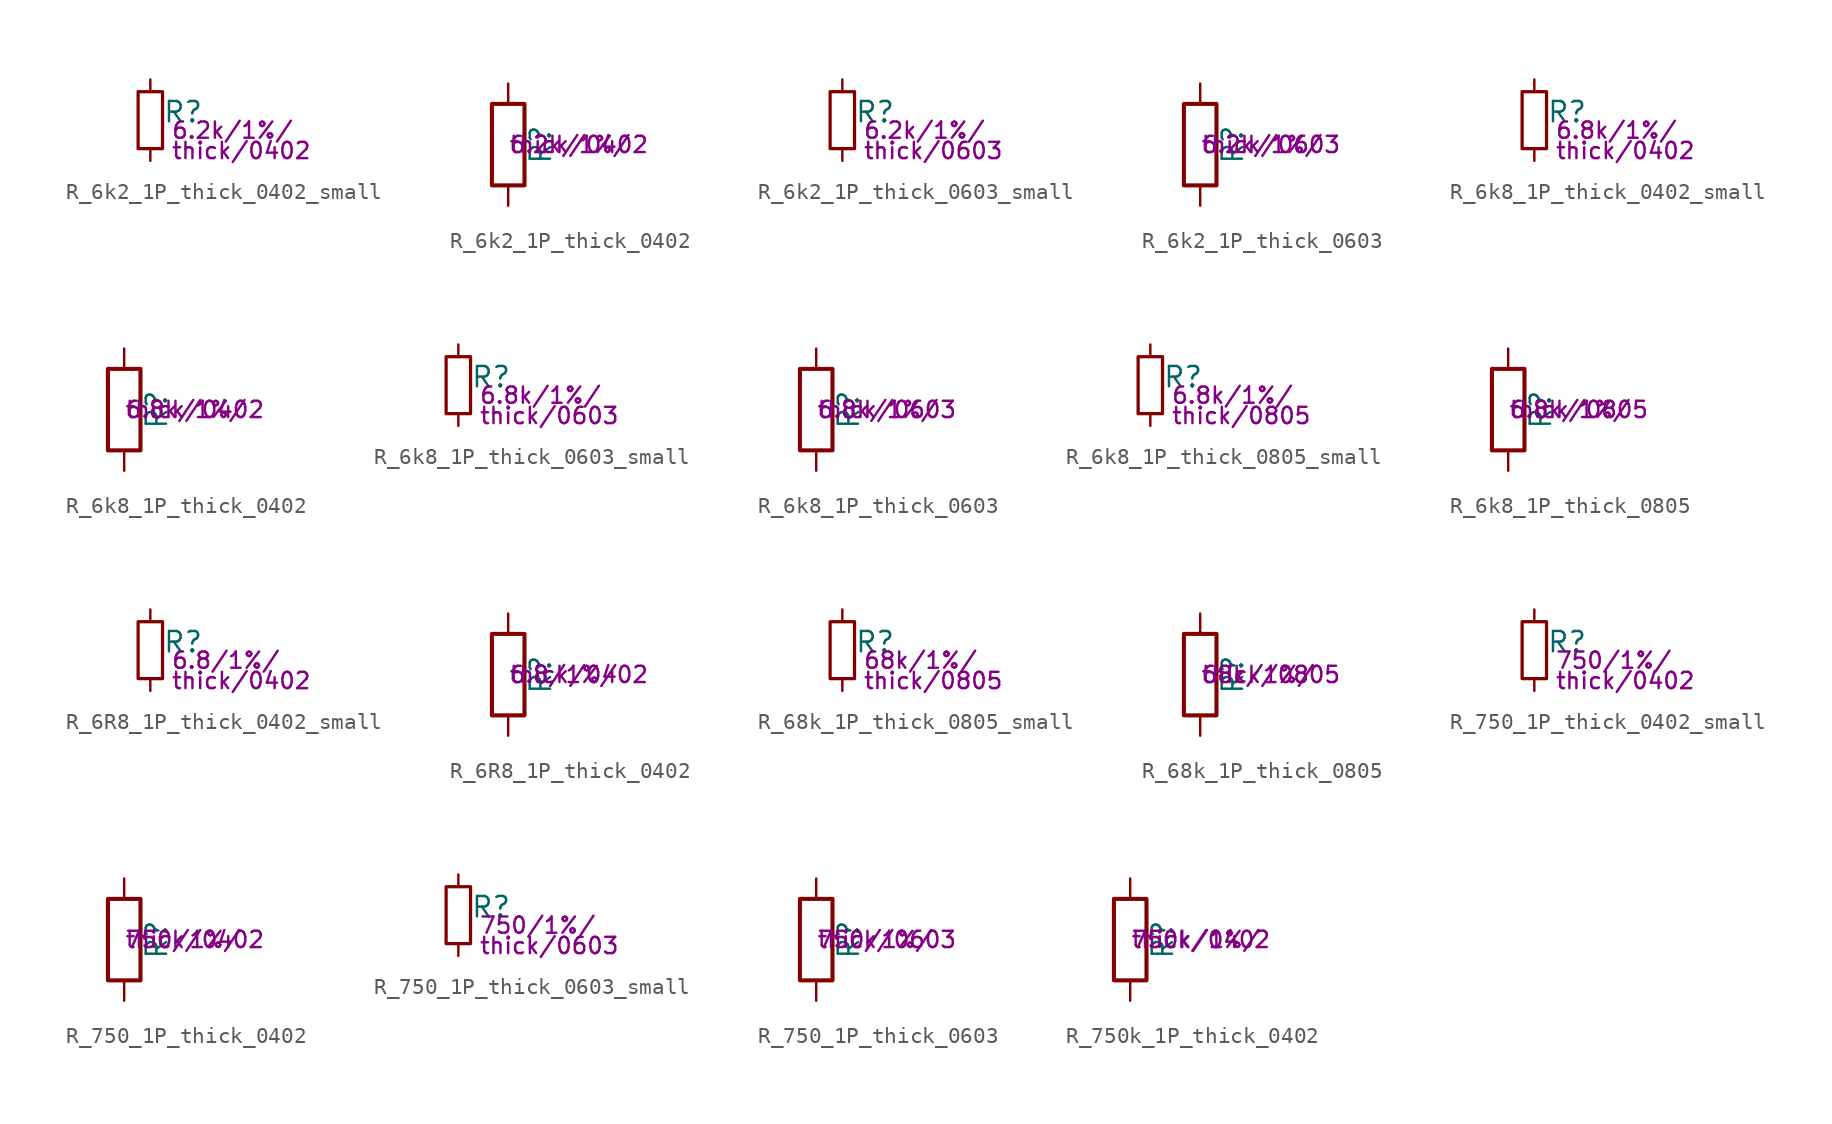
<source format=kicad_sym>
(kicad_symbol_lib
  (version 20211014)
  (generator kicad_symbol_editor)
  (symbol "R_6k2_1P_thick_0402_small"
    (pin_numbers hide)
    (pin_names
      (offset 0.254) hide)
    (property "Reference" "R"
      (at 0.762 0.508 0)
      (effects (font (size 1.27 1.27)) (justify left)))
    (property "Params" "6.2k/1%/"
      (at 1.27 -0.635 0)
      (effects (font (size 1.016 1.016)) (justify left)))
    (property "Params2" "thick/0402"
      (at 1.27 -1.905 0)
      (effects (font (size 1.016 1.016)) (justify left)))
    (symbol "R_6k2_1P_thick_0402_small_0_1"
      (rectangle (start -0.762 1.778) (end 0.762 -1.778) (stroke (width 0.203) (type default) (color 0 0 0 0)) (fill (type none))))
    (symbol "R_6k2_1P_thick_0402_small_1_1"
      (pin passive line (at 0 2.54 270) (length 0.762) (name "~" (effects (font (size 1.27 1.27)))) (number "1" (effects (font (size 1.27 1.27)))))
      (pin passive line (at 0 -2.54 90) (length 0.762) (name "~" (effects (font (size 1.27 1.27)))) (number "2" (effects (font (size 1.27 1.27)))))))
  (symbol "R_6k2_1P_thick_0402"
    (pin_numbers hide)
    (pin_names
      (offset 0))
    (property "Reference" "R"
      (at 2.032 0 90)
      (effects (font (size 1.27 1.27))))
    (property "Params" "6.2k/1%/"
      (at 0 0 0)
      (effects (font (size 1.016 1.016)) (justify left)))
    (property "Params2" "thick/0402"
      (at 0 0 0)
      (effects (font (size 1.016 1.016)) (justify left)))
    (symbol "R_6k2_1P_thick_0402_0_1"
      (rectangle (start -1.016 -2.54) (end 1.016 2.54) (stroke (width 0.254) (type default) (color 0 0 0 0)) (fill (type none))))
    (symbol "R_6k2_1P_thick_0402_1_1"
      (pin passive line (at 0 3.81 270) (length 1.27) (name "~" (effects (font (size 1.27 1.27)))) (number "1" (effects (font (size 1.27 1.27)))))
      (pin passive line (at 0 -3.81 90) (length 1.27) (name "~" (effects (font (size 1.27 1.27)))) (number "2" (effects (font (size 1.27 1.27)))))))
  (symbol "R_6k2_1P_thick_0603_small"
    (pin_numbers hide)
    (pin_names
      (offset 0.254) hide)
    (property "Reference" "R"
      (at 0.762 0.508 0)
      (effects (font (size 1.27 1.27)) (justify left)))
    (property "Params" "6.2k/1%/"
      (at 1.27 -0.635 0)
      (effects (font (size 1.016 1.016)) (justify left)))
    (property "Params2" "thick/0603"
      (at 1.27 -1.905 0)
      (effects (font (size 1.016 1.016)) (justify left)))
    (symbol "R_6k2_1P_thick_0603_small_0_1"
      (rectangle (start -0.762 1.778) (end 0.762 -1.778) (stroke (width 0.203) (type default) (color 0 0 0 0)) (fill (type none))))
    (symbol "R_6k2_1P_thick_0603_small_1_1"
      (pin passive line (at 0 2.54 270) (length 0.762) (name "~" (effects (font (size 1.27 1.27)))) (number "1" (effects (font (size 1.27 1.27)))))
      (pin passive line (at 0 -2.54 90) (length 0.762) (name "~" (effects (font (size 1.27 1.27)))) (number "2" (effects (font (size 1.27 1.27)))))))
  (symbol "R_6k2_1P_thick_0603"
    (pin_numbers hide)
    (pin_names
      (offset 0))
    (property "Reference" "R"
      (at 2.032 0 90)
      (effects (font (size 1.27 1.27))))
    (property "Params" "6.2k/1%/"
      (at 0 0 0)
      (effects (font (size 1.016 1.016)) (justify left)))
    (property "Params2" "thick/0603"
      (at 0 0 0)
      (effects (font (size 1.016 1.016)) (justify left)))
    (symbol "R_6k2_1P_thick_0603_0_1"
      (rectangle (start -1.016 -2.54) (end 1.016 2.54) (stroke (width 0.254) (type default) (color 0 0 0 0)) (fill (type none))))
    (symbol "R_6k2_1P_thick_0603_1_1"
      (pin passive line (at 0 3.81 270) (length 1.27) (name "~" (effects (font (size 1.27 1.27)))) (number "1" (effects (font (size 1.27 1.27)))))
      (pin passive line (at 0 -3.81 90) (length 1.27) (name "~" (effects (font (size 1.27 1.27)))) (number "2" (effects (font (size 1.27 1.27)))))))
  (symbol "R_6k8_1P_thick_0402_small"
    (pin_numbers hide)
    (pin_names
      (offset 0.254) hide)
    (property "Reference" "R"
      (at 0.762 0.508 0)
      (effects (font (size 1.27 1.27)) (justify left)))
    (property "Params" "6.8k/1%/"
      (at 1.27 -0.635 0)
      (effects (font (size 1.016 1.016)) (justify left)))
    (property "Params2" "thick/0402"
      (at 1.27 -1.905 0)
      (effects (font (size 1.016 1.016)) (justify left)))
    (symbol "R_6k8_1P_thick_0402_small_0_1"
      (rectangle (start -0.762 1.778) (end 0.762 -1.778) (stroke (width 0.203) (type default) (color 0 0 0 0)) (fill (type none))))
    (symbol "R_6k8_1P_thick_0402_small_1_1"
      (pin passive line (at 0 2.54 270) (length 0.762) (name "~" (effects (font (size 1.27 1.27)))) (number "1" (effects (font (size 1.27 1.27)))))
      (pin passive line (at 0 -2.54 90) (length 0.762) (name "~" (effects (font (size 1.27 1.27)))) (number "2" (effects (font (size 1.27 1.27)))))))
  (symbol "R_6k8_1P_thick_0402"
    (pin_numbers hide)
    (pin_names
      (offset 0))
    (property "Reference" "R"
      (at 2.032 0 90)
      (effects (font (size 1.27 1.27))))
    (property "Params" "6.8k/1%/"
      (at 0 0 0)
      (effects (font (size 1.016 1.016)) (justify left)))
    (property "Params2" "thick/0402"
      (at 0 0 0)
      (effects (font (size 1.016 1.016)) (justify left)))
    (symbol "R_6k8_1P_thick_0402_0_1"
      (rectangle (start -1.016 -2.54) (end 1.016 2.54) (stroke (width 0.254) (type default) (color 0 0 0 0)) (fill (type none))))
    (symbol "R_6k8_1P_thick_0402_1_1"
      (pin passive line (at 0 3.81 270) (length 1.27) (name "~" (effects (font (size 1.27 1.27)))) (number "1" (effects (font (size 1.27 1.27)))))
      (pin passive line (at 0 -3.81 90) (length 1.27) (name "~" (effects (font (size 1.27 1.27)))) (number "2" (effects (font (size 1.27 1.27)))))))
  (symbol "R_6k8_1P_thick_0603_small"
    (pin_numbers hide)
    (pin_names
      (offset 0.254) hide)
    (property "Reference" "R"
      (at 0.762 0.508 0)
      (effects (font (size 1.27 1.27)) (justify left)))
    (property "Params" "6.8k/1%/"
      (at 1.27 -0.635 0)
      (effects (font (size 1.016 1.016)) (justify left)))
    (property "Params2" "thick/0603"
      (at 1.27 -1.905 0)
      (effects (font (size 1.016 1.016)) (justify left)))
    (symbol "R_6k8_1P_thick_0603_small_0_1"
      (rectangle (start -0.762 1.778) (end 0.762 -1.778) (stroke (width 0.203) (type default) (color 0 0 0 0)) (fill (type none))))
    (symbol "R_6k8_1P_thick_0603_small_1_1"
      (pin passive line (at 0 2.54 270) (length 0.762) (name "~" (effects (font (size 1.27 1.27)))) (number "1" (effects (font (size 1.27 1.27)))))
      (pin passive line (at 0 -2.54 90) (length 0.762) (name "~" (effects (font (size 1.27 1.27)))) (number "2" (effects (font (size 1.27 1.27)))))))
  (symbol "R_6k8_1P_thick_0603"
    (pin_numbers hide)
    (pin_names
      (offset 0))
    (property "Reference" "R"
      (at 2.032 0 90)
      (effects (font (size 1.27 1.27))))
    (property "Params" "6.8k/1%/"
      (at 0 0 0)
      (effects (font (size 1.016 1.016)) (justify left)))
    (property "Params2" "thick/0603"
      (at 0 0 0)
      (effects (font (size 1.016 1.016)) (justify left)))
    (symbol "R_6k8_1P_thick_0603_0_1"
      (rectangle (start -1.016 -2.54) (end 1.016 2.54) (stroke (width 0.254) (type default) (color 0 0 0 0)) (fill (type none))))
    (symbol "R_6k8_1P_thick_0603_1_1"
      (pin passive line (at 0 3.81 270) (length 1.27) (name "~" (effects (font (size 1.27 1.27)))) (number "1" (effects (font (size 1.27 1.27)))))
      (pin passive line (at 0 -3.81 90) (length 1.27) (name "~" (effects (font (size 1.27 1.27)))) (number "2" (effects (font (size 1.27 1.27)))))))
  (symbol "R_6k8_1P_thick_0805_small"
    (pin_numbers hide)
    (pin_names
      (offset 0.254) hide)
    (property "Reference" "R"
      (at 0.762 0.508 0)
      (effects (font (size 1.27 1.27)) (justify left)))
    (property "Params" "6.8k/1%/"
      (at 1.27 -0.635 0)
      (effects (font (size 1.016 1.016)) (justify left)))
    (property "Params2" "thick/0805"
      (at 1.27 -1.905 0)
      (effects (font (size 1.016 1.016)) (justify left)))
    (symbol "R_6k8_1P_thick_0805_small_0_1"
      (rectangle (start -0.762 1.778) (end 0.762 -1.778) (stroke (width 0.203) (type default) (color 0 0 0 0)) (fill (type none))))
    (symbol "R_6k8_1P_thick_0805_small_1_1"
      (pin passive line (at 0 2.54 270) (length 0.762) (name "~" (effects (font (size 1.27 1.27)))) (number "1" (effects (font (size 1.27 1.27)))))
      (pin passive line (at 0 -2.54 90) (length 0.762) (name "~" (effects (font (size 1.27 1.27)))) (number "2" (effects (font (size 1.27 1.27)))))))
  (symbol "R_6k8_1P_thick_0805"
    (pin_numbers hide)
    (pin_names
      (offset 0))
    (property "Reference" "R"
      (at 2.032 0 90)
      (effects (font (size 1.27 1.27))))
    (property "Params" "6.8k/1%/"
      (at 0 0 0)
      (effects (font (size 1.016 1.016)) (justify left)))
    (property "Params2" "thick/0805"
      (at 0 0 0)
      (effects (font (size 1.016 1.016)) (justify left)))
    (symbol "R_6k8_1P_thick_0805_0_1"
      (rectangle (start -1.016 -2.54) (end 1.016 2.54) (stroke (width 0.254) (type default) (color 0 0 0 0)) (fill (type none))))
    (symbol "R_6k8_1P_thick_0805_1_1"
      (pin passive line (at 0 3.81 270) (length 1.27) (name "~" (effects (font (size 1.27 1.27)))) (number "1" (effects (font (size 1.27 1.27)))))
      (pin passive line (at 0 -3.81 90) (length 1.27) (name "~" (effects (font (size 1.27 1.27)))) (number "2" (effects (font (size 1.27 1.27)))))))
  (symbol "R_6R8_1P_thick_0402_small"
    (pin_numbers hide)
    (pin_names
      (offset 0.254) hide)
    (property "Reference" "R"
      (at 0.762 0.508 0)
      (effects (font (size 1.27 1.27)) (justify left)))
    (property "Params" "6.8/1%/"
      (at 1.27 -0.635 0)
      (effects (font (size 1.016 1.016)) (justify left)))
    (property "Params2" "thick/0402"
      (at 1.27 -1.905 0)
      (effects (font (size 1.016 1.016)) (justify left)))
    (symbol "R_6R8_1P_thick_0402_small_0_1"
      (rectangle (start -0.762 1.778) (end 0.762 -1.778) (stroke (width 0.203) (type default) (color 0 0 0 0)) (fill (type none))))
    (symbol "R_6R8_1P_thick_0402_small_1_1"
      (pin passive line (at 0 2.54 270) (length 0.762) (name "~" (effects (font (size 1.27 1.27)))) (number "1" (effects (font (size 1.27 1.27)))))
      (pin passive line (at 0 -2.54 90) (length 0.762) (name "~" (effects (font (size 1.27 1.27)))) (number "2" (effects (font (size 1.27 1.27)))))))
  (symbol "R_6R8_1P_thick_0402"
    (pin_numbers hide)
    (pin_names
      (offset 0))
    (property "Reference" "R"
      (at 2.032 0 90)
      (effects (font (size 1.27 1.27))))
    (property "Params" "6.8/1%/"
      (at 0 0 0)
      (effects (font (size 1.016 1.016)) (justify left)))
    (property "Params2" "thick/0402"
      (at 0 0 0)
      (effects (font (size 1.016 1.016)) (justify left)))
    (symbol "R_6R8_1P_thick_0402_0_1"
      (rectangle (start -1.016 -2.54) (end 1.016 2.54) (stroke (width 0.254) (type default) (color 0 0 0 0)) (fill (type none))))
    (symbol "R_6R8_1P_thick_0402_1_1"
      (pin passive line (at 0 3.81 270) (length 1.27) (name "~" (effects (font (size 1.27 1.27)))) (number "1" (effects (font (size 1.27 1.27)))))
      (pin passive line (at 0 -3.81 90) (length 1.27) (name "~" (effects (font (size 1.27 1.27)))) (number "2" (effects (font (size 1.27 1.27)))))))
  (symbol "R_68k_1P_thick_0805_small"
    (pin_numbers hide)
    (pin_names
      (offset 0.254) hide)
    (property "Reference" "R"
      (at 0.762 0.508 0)
      (effects (font (size 1.27 1.27)) (justify left)))
    (property "Params" "68k/1%/"
      (at 1.27 -0.635 0)
      (effects (font (size 1.016 1.016)) (justify left)))
    (property "Params2" "thick/0805"
      (at 1.27 -1.905 0)
      (effects (font (size 1.016 1.016)) (justify left)))
    (symbol "R_68k_1P_thick_0805_small_0_1"
      (rectangle (start -0.762 1.778) (end 0.762 -1.778) (stroke (width 0.203) (type default) (color 0 0 0 0)) (fill (type none))))
    (symbol "R_68k_1P_thick_0805_small_1_1"
      (pin passive line (at 0 2.54 270) (length 0.762) (name "~" (effects (font (size 1.27 1.27)))) (number "1" (effects (font (size 1.27 1.27)))))
      (pin passive line (at 0 -2.54 90) (length 0.762) (name "~" (effects (font (size 1.27 1.27)))) (number "2" (effects (font (size 1.27 1.27)))))))
  (symbol "R_68k_1P_thick_0805"
    (pin_numbers hide)
    (pin_names
      (offset 0))
    (property "Reference" "R"
      (at 2.032 0 90)
      (effects (font (size 1.27 1.27))))
    (property "Params" "68k/1%/"
      (at 0 0 0)
      (effects (font (size 1.016 1.016)) (justify left)))
    (property "Params2" "thick/0805"
      (at 0 0 0)
      (effects (font (size 1.016 1.016)) (justify left)))
    (symbol "R_68k_1P_thick_0805_0_1"
      (rectangle (start -1.016 -2.54) (end 1.016 2.54) (stroke (width 0.254) (type default) (color 0 0 0 0)) (fill (type none))))
    (symbol "R_68k_1P_thick_0805_1_1"
      (pin passive line (at 0 3.81 270) (length 1.27) (name "~" (effects (font (size 1.27 1.27)))) (number "1" (effects (font (size 1.27 1.27)))))
      (pin passive line (at 0 -3.81 90) (length 1.27) (name "~" (effects (font (size 1.27 1.27)))) (number "2" (effects (font (size 1.27 1.27)))))))
  (symbol "R_750_1P_thick_0402_small"
    (pin_numbers hide)
    (pin_names
      (offset 0.254) hide)
    (property "Reference" "R"
      (at 0.762 0.508 0)
      (effects (font (size 1.27 1.27)) (justify left)))
    (property "Params" "750/1%/"
      (at 1.27 -0.635 0)
      (effects (font (size 1.016 1.016)) (justify left)))
    (property "Params2" "thick/0402"
      (at 1.27 -1.905 0)
      (effects (font (size 1.016 1.016)) (justify left)))
    (symbol "R_750_1P_thick_0402_small_0_1"
      (rectangle (start -0.762 1.778) (end 0.762 -1.778) (stroke (width 0.203) (type default) (color 0 0 0 0)) (fill (type none))))
    (symbol "R_750_1P_thick_0402_small_1_1"
      (pin passive line (at 0 2.54 270) (length 0.762) (name "~" (effects (font (size 1.27 1.27)))) (number "1" (effects (font (size 1.27 1.27)))))
      (pin passive line (at 0 -2.54 90) (length 0.762) (name "~" (effects (font (size 1.27 1.27)))) (number "2" (effects (font (size 1.27 1.27)))))))
  (symbol "R_750_1P_thick_0402"
    (pin_numbers hide)
    (pin_names
      (offset 0))
    (property "Reference" "R"
      (at 2.032 0 90)
      (effects (font (size 1.27 1.27))))
    (property "Params" "750/1%/"
      (at 0 0 0)
      (effects (font (size 1.016 1.016)) (justify left)))
    (property "Params2" "thick/0402"
      (at 0 0 0)
      (effects (font (size 1.016 1.016)) (justify left)))
    (symbol "R_750_1P_thick_0402_0_1"
      (rectangle (start -1.016 -2.54) (end 1.016 2.54) (stroke (width 0.254) (type default) (color 0 0 0 0)) (fill (type none))))
    (symbol "R_750_1P_thick_0402_1_1"
      (pin passive line (at 0 3.81 270) (length 1.27) (name "~" (effects (font (size 1.27 1.27)))) (number "1" (effects (font (size 1.27 1.27)))))
      (pin passive line (at 0 -3.81 90) (length 1.27) (name "~" (effects (font (size 1.27 1.27)))) (number "2" (effects (font (size 1.27 1.27)))))))
  (symbol "R_750_1P_thick_0603_small"
    (pin_numbers hide)
    (pin_names
      (offset 0.254) hide)
    (property "Reference" "R"
      (at 0.762 0.508 0)
      (effects (font (size 1.27 1.27)) (justify left)))
    (property "Params" "750/1%/"
      (at 1.27 -0.635 0)
      (effects (font (size 1.016 1.016)) (justify left)))
    (property "Params2" "thick/0603"
      (at 1.27 -1.905 0)
      (effects (font (size 1.016 1.016)) (justify left)))
    (symbol "R_750_1P_thick_0603_small_0_1"
      (rectangle (start -0.762 1.778) (end 0.762 -1.778) (stroke (width 0.203) (type default) (color 0 0 0 0)) (fill (type none))))
    (symbol "R_750_1P_thick_0603_small_1_1"
      (pin passive line (at 0 2.54 270) (length 0.762) (name "~" (effects (font (size 1.27 1.27)))) (number "1" (effects (font (size 1.27 1.27)))))
      (pin passive line (at 0 -2.54 90) (length 0.762) (name "~" (effects (font (size 1.27 1.27)))) (number "2" (effects (font (size 1.27 1.27)))))))
  (symbol "R_750_1P_thick_0603"
    (pin_numbers hide)
    (pin_names
      (offset 0))
    (property "Reference" "R"
      (at 2.032 0 90)
      (effects (font (size 1.27 1.27))))
    (property "Params" "750/1%/"
      (at 0 0 0)
      (effects (font (size 1.016 1.016)) (justify left)))
    (property "Params2" "thick/0603"
      (at 0 0 0)
      (effects (font (size 1.016 1.016)) (justify left)))
    (symbol "R_750_1P_thick_0603_0_1"
      (rectangle (start -1.016 -2.54) (end 1.016 2.54) (stroke (width 0.254) (type default) (color 0 0 0 0)) (fill (type none))))
    (symbol "R_750_1P_thick_0603_1_1"
      (pin passive line (at 0 3.81 270) (length 1.27) (name "~" (effects (font (size 1.27 1.27)))) (number "1" (effects (font (size 1.27 1.27)))))
      (pin passive line (at 0 -3.81 90) (length 1.27) (name "~" (effects (font (size 1.27 1.27)))) (number "2" (effects (font (size 1.27 1.27)))))))
  (symbol "R_750k_1P_thick_0402"
    (pin_numbers hide)
    (pin_names
      (offset 0))
    (property "Reference" "R"
      (at 2.032 0 90)
      (effects (font (size 1.27 1.27))))
    (property "Params" "750k/1%/"
      (at 0 0 0)
      (effects (font (size 1.016 1.016)) (justify left)))
    (property "Params2" "thick/0402"
      (at 0 0 0)
      (effects (font (size 1.016 1.016)) (justify left)))
    (symbol "R_750k_1P_thick_0402_0_1"
      (rectangle (start -1.016 -2.54) (end 1.016 2.54) (stroke (width 0.254) (type default) (color 0 0 0 0)) (fill (type none))))
    (symbol "R_750k_1P_thick_0402_1_1"
      (pin passive line (at 0 3.81 270) (length 1.27) (name "~" (effects (font (size 1.27 1.27)))) (number "1" (effects (font (size 1.27 1.27)))))
      (pin passive line (at 0 -3.81 90) (length 1.27) (name "~" (effects (font (size 1.27 1.27)))) (number "2" (effects (font (size 1.27 1.27))))))))
</source>
